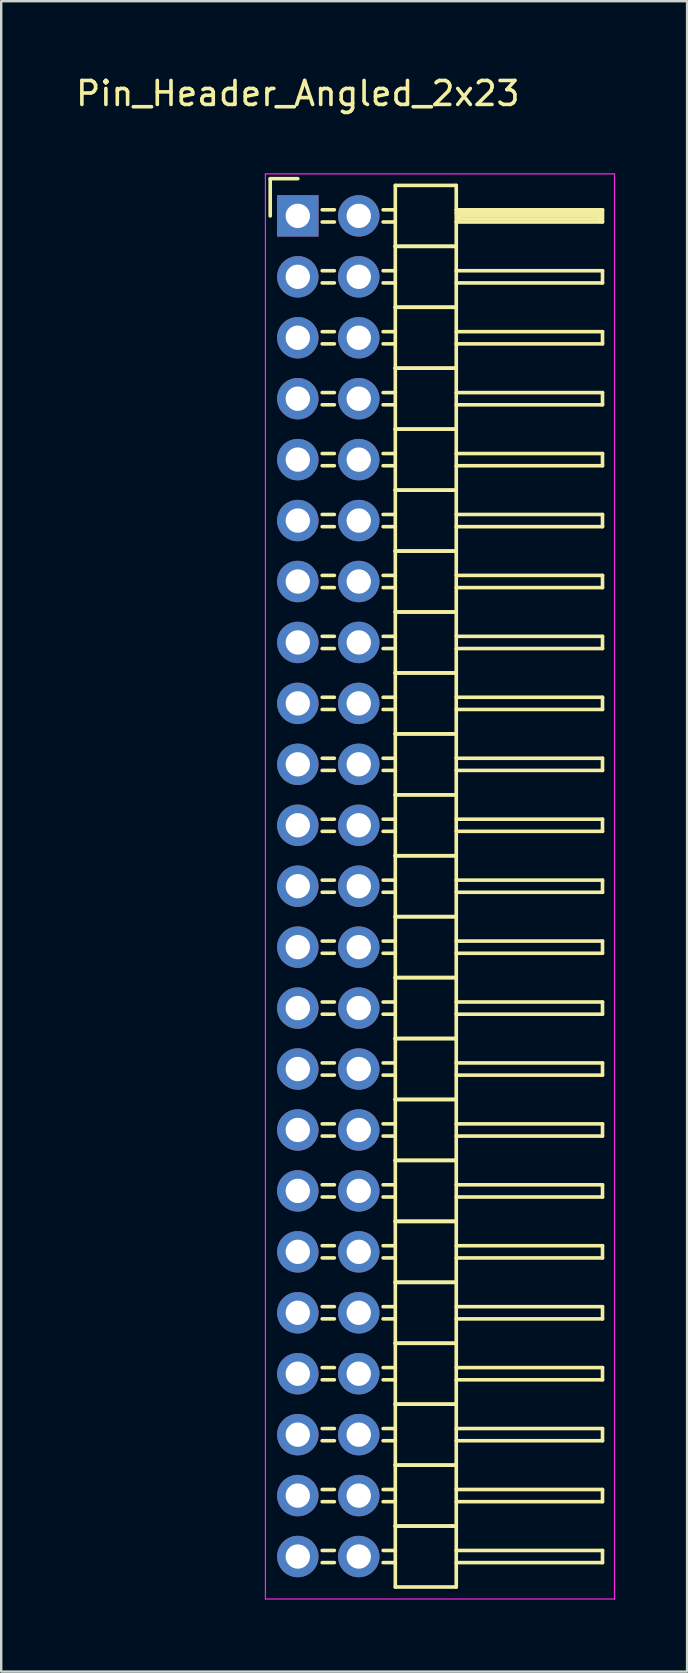
<source format=kicad_pcb>
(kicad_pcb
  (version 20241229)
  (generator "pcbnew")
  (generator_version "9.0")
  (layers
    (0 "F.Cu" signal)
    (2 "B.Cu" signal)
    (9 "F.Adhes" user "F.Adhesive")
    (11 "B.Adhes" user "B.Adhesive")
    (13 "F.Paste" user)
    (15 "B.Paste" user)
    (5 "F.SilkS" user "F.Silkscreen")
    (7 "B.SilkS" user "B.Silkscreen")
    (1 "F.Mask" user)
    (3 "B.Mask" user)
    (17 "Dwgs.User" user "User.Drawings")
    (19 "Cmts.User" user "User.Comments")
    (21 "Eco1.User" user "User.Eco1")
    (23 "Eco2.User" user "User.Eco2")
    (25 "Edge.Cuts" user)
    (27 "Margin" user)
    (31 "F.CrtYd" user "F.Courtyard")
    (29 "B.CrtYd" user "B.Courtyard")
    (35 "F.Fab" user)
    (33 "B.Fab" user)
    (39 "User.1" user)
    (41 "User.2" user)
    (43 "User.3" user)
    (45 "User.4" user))
  (footprint "Pin_Header_Angled_2x23"
    (layer "F.Cu")
    (at 9.363 5.948)
    (property "Reference" "Pin_Header_Angled_2x23" (at 0 -5.1 0) (layer "F.SilkS") (effects (font (size 1 1) (thickness 0.15))))
    (attr through_hole)
    (fp_line (start -1.15 -1.55) (end -1.15 0) (stroke (width 0.15) (type solid)) (layer "F.SilkS"))
    (fp_line (start 0 -1.55) (end -1.15 -1.55) (stroke (width 0.15) (type solid)) (layer "F.SilkS"))
    (fp_line (start 1.524 -0.254) (end 1.016 -0.254) (stroke (width 0.15) (type solid)) (layer "F.SilkS"))
    (fp_line (start 1.524 0.254) (end 1.016 0.254) (stroke (width 0.15) (type solid)) (layer "F.SilkS"))
    (fp_line (start 1.524 2.286) (end 1.016 2.286) (stroke (width 0.15) (type solid)) (layer "F.SilkS"))
    (fp_line (start 1.524 2.794) (end 1.016 2.794) (stroke (width 0.15) (type solid)) (layer "F.SilkS"))
    (fp_line (start 1.524 4.826) (end 1.016 4.826) (stroke (width 0.15) (type solid)) (layer "F.SilkS"))
    (fp_line (start 1.524 5.334) (end 1.016 5.334) (stroke (width 0.15) (type solid)) (layer "F.SilkS"))
    (fp_line (start 1.524 7.366) (end 1.016 7.366) (stroke (width 0.15) (type solid)) (layer "F.SilkS"))
    (fp_line (start 1.524 7.874) (end 1.016 7.874) (stroke (width 0.15) (type solid)) (layer "F.SilkS"))
    (fp_line (start 1.524 9.906) (end 1.016 9.906) (stroke (width 0.15) (type solid)) (layer "F.SilkS"))
    (fp_line (start 1.524 10.414) (end 1.016 10.414) (stroke (width 0.15) (type solid)) (layer "F.SilkS"))
    (fp_line (start 1.524 12.446) (end 1.016 12.446) (stroke (width 0.15) (type solid)) (layer "F.SilkS"))
    (fp_line (start 1.524 12.954) (end 1.016 12.954) (stroke (width 0.15) (type solid)) (layer "F.SilkS"))
    (fp_line (start 1.524 14.986) (end 1.016 14.986) (stroke (width 0.15) (type solid)) (layer "F.SilkS"))
    (fp_line (start 1.524 15.494) (end 1.016 15.494) (stroke (width 0.15) (type solid)) (layer "F.SilkS"))
    (fp_line (start 1.524 17.526) (end 1.016 17.526) (stroke (width 0.15) (type solid)) (layer "F.SilkS"))
    (fp_line (start 1.524 18.034) (end 1.016 18.034) (stroke (width 0.15) (type solid)) (layer "F.SilkS"))
    (fp_line (start 1.524 20.066) (end 1.016 20.066) (stroke (width 0.15) (type solid)) (layer "F.SilkS"))
    (fp_line (start 1.524 20.574) (end 1.016 20.574) (stroke (width 0.15) (type solid)) (layer "F.SilkS"))
    (fp_line (start 1.524 22.606) (end 1.016 22.606) (stroke (width 0.15) (type solid)) (layer "F.SilkS"))
    (fp_line (start 1.524 23.114) (end 1.016 23.114) (stroke (width 0.15) (type solid)) (layer "F.SilkS"))
    (fp_line (start 1.524 25.146) (end 1.016 25.146) (stroke (width 0.15) (type solid)) (layer "F.SilkS"))
    (fp_line (start 1.524 25.654) (end 1.016 25.654) (stroke (width 0.15) (type solid)) (layer "F.SilkS"))
    (fp_line (start 1.524 27.686) (end 1.016 27.686) (stroke (width 0.15) (type solid)) (layer "F.SilkS"))
    (fp_line (start 1.524 28.194) (end 1.016 28.194) (stroke (width 0.15) (type solid)) (layer "F.SilkS"))
    (fp_line (start 1.524 30.226) (end 1.016 30.226) (stroke (width 0.15) (type solid)) (layer "F.SilkS"))
    (fp_line (start 1.524 30.734) (end 1.016 30.734) (stroke (width 0.15) (type solid)) (layer "F.SilkS"))
    (fp_line (start 1.524 32.766) (end 1.016 32.766) (stroke (width 0.15) (type solid)) (layer "F.SilkS"))
    (fp_line (start 1.524 33.274) (end 1.016 33.274) (stroke (width 0.15) (type solid)) (layer "F.SilkS"))
    (fp_line (start 1.524 35.306) (end 1.016 35.306) (stroke (width 0.15) (type solid)) (layer "F.SilkS"))
    (fp_line (start 1.524 35.814) (end 1.016 35.814) (stroke (width 0.15) (type solid)) (layer "F.SilkS"))
    (fp_line (start 1.524 37.846) (end 1.016 37.846) (stroke (width 0.15) (type solid)) (layer "F.SilkS"))
    (fp_line (start 1.524 38.354) (end 1.016 38.354) (stroke (width 0.15) (type solid)) (layer "F.SilkS"))
    (fp_line (start 1.524 40.386) (end 1.016 40.386) (stroke (width 0.15) (type solid)) (layer "F.SilkS"))
    (fp_line (start 1.524 40.894) (end 1.016 40.894) (stroke (width 0.15) (type solid)) (layer "F.SilkS"))
    (fp_line (start 1.524 42.926) (end 1.016 42.926) (stroke (width 0.15) (type solid)) (layer "F.SilkS"))
    (fp_line (start 1.524 43.434) (end 1.016 43.434) (stroke (width 0.15) (type solid)) (layer "F.SilkS"))
    (fp_line (start 1.524 45.466) (end 1.016 45.466) (stroke (width 0.15) (type solid)) (layer "F.SilkS"))
    (fp_line (start 1.524 45.974) (end 1.016 45.974) (stroke (width 0.15) (type solid)) (layer "F.SilkS"))
    (fp_line (start 1.524 48.006) (end 1.016 48.006) (stroke (width 0.15) (type solid)) (layer "F.SilkS"))
    (fp_line (start 1.524 48.514) (end 1.016 48.514) (stroke (width 0.15) (type solid)) (layer "F.SilkS"))
    (fp_line (start 1.524 50.546) (end 1.016 50.546) (stroke (width 0.15) (type solid)) (layer "F.SilkS"))
    (fp_line (start 1.524 51.054) (end 1.016 51.054) (stroke (width 0.15) (type solid)) (layer "F.SilkS"))
    (fp_line (start 1.524 53.086) (end 1.016 53.086) (stroke (width 0.15) (type solid)) (layer "F.SilkS"))
    (fp_line (start 1.524 53.594) (end 1.016 53.594) (stroke (width 0.15) (type solid)) (layer "F.SilkS"))
    (fp_line (start 1.524 55.626) (end 1.016 55.626) (stroke (width 0.15) (type solid)) (layer "F.SilkS"))
    (fp_line (start 1.524 56.134) (end 1.016 56.134) (stroke (width 0.15) (type solid)) (layer "F.SilkS"))
    (fp_line (start 4.064 -1.27) (end 4.064 1.27) (stroke (width 0.15) (type solid)) (layer "F.SilkS"))
    (fp_line (start 4.064 -1.27) (end 6.604 -1.27) (stroke (width 0.15) (type solid)) (layer "F.SilkS"))
    (fp_line (start 4.064 -0.254) (end 3.556 -0.254) (stroke (width 0.15) (type solid)) (layer "F.SilkS"))
    (fp_line (start 4.064 0.254) (end 3.556 0.254) (stroke (width 0.15) (type solid)) (layer "F.SilkS"))
    (fp_line (start 4.064 1.27) (end 4.064 3.81) (stroke (width 0.15) (type solid)) (layer "F.SilkS"))
    (fp_line (start 4.064 1.27) (end 6.604 1.27) (stroke (width 0.15) (type solid)) (layer "F.SilkS"))
    (fp_line (start 4.064 1.27) (end 6.604 1.27) (stroke (width 0.15) (type solid)) (layer "F.SilkS"))
    (fp_line (start 4.064 2.286) (end 3.556 2.286) (stroke (width 0.15) (type solid)) (layer "F.SilkS"))
    (fp_line (start 4.064 2.794) (end 3.556 2.794) (stroke (width 0.15) (type solid)) (layer "F.SilkS"))
    (fp_line (start 4.064 3.81) (end 4.064 6.35) (stroke (width 0.15) (type solid)) (layer "F.SilkS"))
    (fp_line (start 4.064 3.81) (end 6.604 3.81) (stroke (width 0.15) (type solid)) (layer "F.SilkS"))
    (fp_line (start 4.064 3.81) (end 6.604 3.81) (stroke (width 0.15) (type solid)) (layer "F.SilkS"))
    (fp_line (start 4.064 4.826) (end 3.556 4.826) (stroke (width 0.15) (type solid)) (layer "F.SilkS"))
    (fp_line (start 4.064 5.334) (end 3.556 5.334) (stroke (width 0.15) (type solid)) (layer "F.SilkS"))
    (fp_line (start 4.064 6.35) (end 4.064 8.89) (stroke (width 0.15) (type solid)) (layer "F.SilkS"))
    (fp_line (start 4.064 6.35) (end 6.604 6.35) (stroke (width 0.15) (type solid)) (layer "F.SilkS"))
    (fp_line (start 4.064 6.35) (end 6.604 6.35) (stroke (width 0.15) (type solid)) (layer "F.SilkS"))
    (fp_line (start 4.064 7.366) (end 3.556 7.366) (stroke (width 0.15) (type solid)) (layer "F.SilkS"))
    (fp_line (start 4.064 7.874) (end 3.556 7.874) (stroke (width 0.15) (type solid)) (layer "F.SilkS"))
    (fp_line (start 4.064 8.89) (end 4.064 11.43) (stroke (width 0.15) (type solid)) (layer "F.SilkS"))
    (fp_line (start 4.064 8.89) (end 6.604 8.89) (stroke (width 0.15) (type solid)) (layer "F.SilkS"))
    (fp_line (start 4.064 8.89) (end 6.604 8.89) (stroke (width 0.15) (type solid)) (layer "F.SilkS"))
    (fp_line (start 4.064 9.906) (end 3.556 9.906) (stroke (width 0.15) (type solid)) (layer "F.SilkS"))
    (fp_line (start 4.064 10.414) (end 3.556 10.414) (stroke (width 0.15) (type solid)) (layer "F.SilkS"))
    (fp_line (start 4.064 11.43) (end 4.064 13.97) (stroke (width 0.15) (type solid)) (layer "F.SilkS"))
    (fp_line (start 4.064 11.43) (end 6.604 11.43) (stroke (width 0.15) (type solid)) (layer "F.SilkS"))
    (fp_line (start 4.064 11.43) (end 6.604 11.43) (stroke (width 0.15) (type solid)) (layer "F.SilkS"))
    (fp_line (start 4.064 12.446) (end 3.556 12.446) (stroke (width 0.15) (type solid)) (layer "F.SilkS"))
    (fp_line (start 4.064 12.954) (end 3.556 12.954) (stroke (width 0.15) (type solid)) (layer "F.SilkS"))
    (fp_line (start 4.064 13.97) (end 4.064 16.51) (stroke (width 0.15) (type solid)) (layer "F.SilkS"))
    (fp_line (start 4.064 13.97) (end 6.604 13.97) (stroke (width 0.15) (type solid)) (layer "F.SilkS"))
    (fp_line (start 4.064 13.97) (end 6.604 13.97) (stroke (width 0.15) (type solid)) (layer "F.SilkS"))
    (fp_line (start 4.064 14.986) (end 3.556 14.986) (stroke (width 0.15) (type solid)) (layer "F.SilkS"))
    (fp_line (start 4.064 15.494) (end 3.556 15.494) (stroke (width 0.15) (type solid)) (layer "F.SilkS"))
    (fp_line (start 4.064 16.51) (end 4.064 19.05) (stroke (width 0.15) (type solid)) (layer "F.SilkS"))
    (fp_line (start 4.064 16.51) (end 6.604 16.51) (stroke (width 0.15) (type solid)) (layer "F.SilkS"))
    (fp_line (start 4.064 16.51) (end 6.604 16.51) (stroke (width 0.15) (type solid)) (layer "F.SilkS"))
    (fp_line (start 4.064 17.526) (end 3.556 17.526) (stroke (width 0.15) (type solid)) (layer "F.SilkS"))
    (fp_line (start 4.064 18.034) (end 3.556 18.034) (stroke (width 0.15) (type solid)) (layer "F.SilkS"))
    (fp_line (start 4.064 19.05) (end 4.064 21.59) (stroke (width 0.15) (type solid)) (layer "F.SilkS"))
    (fp_line (start 4.064 19.05) (end 6.604 19.05) (stroke (width 0.15) (type solid)) (layer "F.SilkS"))
    (fp_line (start 4.064 19.05) (end 6.604 19.05) (stroke (width 0.15) (type solid)) (layer "F.SilkS"))
    (fp_line (start 4.064 20.066) (end 3.556 20.066) (stroke (width 0.15) (type solid)) (layer "F.SilkS"))
    (fp_line (start 4.064 20.574) (end 3.556 20.574) (stroke (width 0.15) (type solid)) (layer "F.SilkS"))
    (fp_line (start 4.064 21.59) (end 4.064 24.13) (stroke (width 0.15) (type solid)) (layer "F.SilkS"))
    (fp_line (start 4.064 21.59) (end 6.604 21.59) (stroke (width 0.15) (type solid)) (layer "F.SilkS"))
    (fp_line (start 4.064 21.59) (end 6.604 21.59) (stroke (width 0.15) (type solid)) (layer "F.SilkS"))
    (fp_line (start 4.064 22.606) (end 3.556 22.606) (stroke (width 0.15) (type solid)) (layer "F.SilkS"))
    (fp_line (start 4.064 23.114) (end 3.556 23.114) (stroke (width 0.15) (type solid)) (layer "F.SilkS"))
    (fp_line (start 4.064 24.13) (end 4.064 26.67) (stroke (width 0.15) (type solid)) (layer "F.SilkS"))
    (fp_line (start 4.064 24.13) (end 6.604 24.13) (stroke (width 0.15) (type solid)) (layer "F.SilkS"))
    (fp_line (start 4.064 24.13) (end 6.604 24.13) (stroke (width 0.15) (type solid)) (layer "F.SilkS"))
    (fp_line (start 4.064 25.146) (end 3.556 25.146) (stroke (width 0.15) (type solid)) (layer "F.SilkS"))
    (fp_line (start 4.064 25.654) (end 3.556 25.654) (stroke (width 0.15) (type solid)) (layer "F.SilkS"))
    (fp_line (start 4.064 26.67) (end 4.064 29.21) (stroke (width 0.15) (type solid)) (layer "F.SilkS"))
    (fp_line (start 4.064 26.67) (end 6.604 26.67) (stroke (width 0.15) (type solid)) (layer "F.SilkS"))
    (fp_line (start 4.064 26.67) (end 6.604 26.67) (stroke (width 0.15) (type solid)) (layer "F.SilkS"))
    (fp_line (start 4.064 27.686) (end 3.556 27.686) (stroke (width 0.15) (type solid)) (layer "F.SilkS"))
    (fp_line (start 4.064 28.194) (end 3.556 28.194) (stroke (width 0.15) (type solid)) (layer "F.SilkS"))
    (fp_line (start 4.064 29.21) (end 4.064 31.75) (stroke (width 0.15) (type solid)) (layer "F.SilkS"))
    (fp_line (start 4.064 29.21) (end 6.604 29.21) (stroke (width 0.15) (type solid)) (layer "F.SilkS"))
    (fp_line (start 4.064 29.21) (end 6.604 29.21) (stroke (width 0.15) (type solid)) (layer "F.SilkS"))
    (fp_line (start 4.064 30.226) (end 3.556 30.226) (stroke (width 0.15) (type solid)) (layer "F.SilkS"))
    (fp_line (start 4.064 30.734) (end 3.556 30.734) (stroke (width 0.15) (type solid)) (layer "F.SilkS"))
    (fp_line (start 4.064 31.75) (end 4.064 34.29) (stroke (width 0.15) (type solid)) (layer "F.SilkS"))
    (fp_line (start 4.064 31.75) (end 6.604 31.75) (stroke (width 0.15) (type solid)) (layer "F.SilkS"))
    (fp_line (start 4.064 31.75) (end 6.604 31.75) (stroke (width 0.15) (type solid)) (layer "F.SilkS"))
    (fp_line (start 4.064 32.766) (end 3.556 32.766) (stroke (width 0.15) (type solid)) (layer "F.SilkS"))
    (fp_line (start 4.064 33.274) (end 3.556 33.274) (stroke (width 0.15) (type solid)) (layer "F.SilkS"))
    (fp_line (start 4.064 34.29) (end 4.064 36.83) (stroke (width 0.15) (type solid)) (layer "F.SilkS"))
    (fp_line (start 4.064 34.29) (end 6.604 34.29) (stroke (width 0.15) (type solid)) (layer "F.SilkS"))
    (fp_line (start 4.064 34.29) (end 6.604 34.29) (stroke (width 0.15) (type solid)) (layer "F.SilkS"))
    (fp_line (start 4.064 35.306) (end 3.556 35.306) (stroke (width 0.15) (type solid)) (layer "F.SilkS"))
    (fp_line (start 4.064 35.814) (end 3.556 35.814) (stroke (width 0.15) (type solid)) (layer "F.SilkS"))
    (fp_line (start 4.064 36.83) (end 4.064 39.37) (stroke (width 0.15) (type solid)) (layer "F.SilkS"))
    (fp_line (start 4.064 36.83) (end 6.604 36.83) (stroke (width 0.15) (type solid)) (layer "F.SilkS"))
    (fp_line (start 4.064 36.83) (end 6.604 36.83) (stroke (width 0.15) (type solid)) (layer "F.SilkS"))
    (fp_line (start 4.064 37.846) (end 3.556 37.846) (stroke (width 0.15) (type solid)) (layer "F.SilkS"))
    (fp_line (start 4.064 38.354) (end 3.556 38.354) (stroke (width 0.15) (type solid)) (layer "F.SilkS"))
    (fp_line (start 4.064 39.37) (end 4.064 41.91) (stroke (width 0.15) (type solid)) (layer "F.SilkS"))
    (fp_line (start 4.064 39.37) (end 6.604 39.37) (stroke (width 0.15) (type solid)) (layer "F.SilkS"))
    (fp_line (start 4.064 39.37) (end 6.604 39.37) (stroke (width 0.15) (type solid)) (layer "F.SilkS"))
    (fp_line (start 4.064 40.386) (end 3.556 40.386) (stroke (width 0.15) (type solid)) (layer "F.SilkS"))
    (fp_line (start 4.064 40.894) (end 3.556 40.894) (stroke (width 0.15) (type solid)) (layer "F.SilkS"))
    (fp_line (start 4.064 41.91) (end 4.064 44.45) (stroke (width 0.15) (type solid)) (layer "F.SilkS"))
    (fp_line (start 4.064 41.91) (end 6.604 41.91) (stroke (width 0.15) (type solid)) (layer "F.SilkS"))
    (fp_line (start 4.064 41.91) (end 6.604 41.91) (stroke (width 0.15) (type solid)) (layer "F.SilkS"))
    (fp_line (start 4.064 42.926) (end 3.556 42.926) (stroke (width 0.15) (type solid)) (layer "F.SilkS"))
    (fp_line (start 4.064 43.434) (end 3.556 43.434) (stroke (width 0.15) (type solid)) (layer "F.SilkS"))
    (fp_line (start 4.064 44.45) (end 4.064 46.99) (stroke (width 0.15) (type solid)) (layer "F.SilkS"))
    (fp_line (start 4.064 44.45) (end 6.604 44.45) (stroke (width 0.15) (type solid)) (layer "F.SilkS"))
    (fp_line (start 4.064 44.45) (end 6.604 44.45) (stroke (width 0.15) (type solid)) (layer "F.SilkS"))
    (fp_line (start 4.064 45.466) (end 3.556 45.466) (stroke (width 0.15) (type solid)) (layer "F.SilkS"))
    (fp_line (start 4.064 45.974) (end 3.556 45.974) (stroke (width 0.15) (type solid)) (layer "F.SilkS"))
    (fp_line (start 4.064 46.99) (end 4.064 49.53) (stroke (width 0.15) (type solid)) (layer "F.SilkS"))
    (fp_line (start 4.064 46.99) (end 6.604 46.99) (stroke (width 0.15) (type solid)) (layer "F.SilkS"))
    (fp_line (start 4.064 46.99) (end 6.604 46.99) (stroke (width 0.15) (type solid)) (layer "F.SilkS"))
    (fp_line (start 4.064 48.006) (end 3.556 48.006) (stroke (width 0.15) (type solid)) (layer "F.SilkS"))
    (fp_line (start 4.064 48.514) (end 3.556 48.514) (stroke (width 0.15) (type solid)) (layer "F.SilkS"))
    (fp_line (start 4.064 49.53) (end 4.064 52.07) (stroke (width 0.15) (type solid)) (layer "F.SilkS"))
    (fp_line (start 4.064 49.53) (end 6.604 49.53) (stroke (width 0.15) (type solid)) (layer "F.SilkS"))
    (fp_line (start 4.064 49.53) (end 6.604 49.53) (stroke (width 0.15) (type solid)) (layer "F.SilkS"))
    (fp_line (start 4.064 50.546) (end 3.556 50.546) (stroke (width 0.15) (type solid)) (layer "F.SilkS"))
    (fp_line (start 4.064 51.054) (end 3.556 51.054) (stroke (width 0.15) (type solid)) (layer "F.SilkS"))
    (fp_line (start 4.064 52.07) (end 4.064 54.61) (stroke (width 0.15) (type solid)) (layer "F.SilkS"))
    (fp_line (start 4.064 52.07) (end 6.604 52.07) (stroke (width 0.15) (type solid)) (layer "F.SilkS"))
    (fp_line (start 4.064 52.07) (end 6.604 52.07) (stroke (width 0.15) (type solid)) (layer "F.SilkS"))
    (fp_line (start 4.064 53.086) (end 3.556 53.086) (stroke (width 0.15) (type solid)) (layer "F.SilkS"))
    (fp_line (start 4.064 53.594) (end 3.556 53.594) (stroke (width 0.15) (type solid)) (layer "F.SilkS"))
    (fp_line (start 4.064 54.61) (end 4.064 57.15) (stroke (width 0.15) (type solid)) (layer "F.SilkS"))
    (fp_line (start 4.064 54.61) (end 6.604 54.61) (stroke (width 0.15) (type solid)) (layer "F.SilkS"))
    (fp_line (start 4.064 54.61) (end 6.604 54.61) (stroke (width 0.15) (type solid)) (layer "F.SilkS"))
    (fp_line (start 4.064 55.626) (end 3.556 55.626) (stroke (width 0.15) (type solid)) (layer "F.SilkS"))
    (fp_line (start 4.064 56.134) (end 3.556 56.134) (stroke (width 0.15) (type solid)) (layer "F.SilkS"))
    (fp_line (start 4.064 57.15) (end 6.604 57.15) (stroke (width 0.15) (type solid)) (layer "F.SilkS"))
    (fp_line (start 6.604 -0.254) (end 12.7 -0.254) (stroke (width 0.15) (type solid)) (layer "F.SilkS"))
    (fp_line (start 6.604 -0.127) (end 12.573 -0.127) (stroke (width 0.15) (type solid)) (layer "F.SilkS"))
    (fp_line (start 6.604 1.27) (end 6.604 -1.27) (stroke (width 0.15) (type solid)) (layer "F.SilkS"))
    (fp_line (start 6.604 2.286) (end 12.7 2.286) (stroke (width 0.15) (type solid)) (layer "F.SilkS"))
    (fp_line (start 6.604 3.81) (end 6.604 1.27) (stroke (width 0.15) (type solid)) (layer "F.SilkS"))
    (fp_line (start 6.604 4.826) (end 12.7 4.826) (stroke (width 0.15) (type solid)) (layer "F.SilkS"))
    (fp_line (start 6.604 6.35) (end 6.604 3.81) (stroke (width 0.15) (type solid)) (layer "F.SilkS"))
    (fp_line (start 6.604 7.366) (end 12.7 7.366) (stroke (width 0.15) (type solid)) (layer "F.SilkS"))
    (fp_line (start 6.604 8.89) (end 6.604 6.35) (stroke (width 0.15) (type solid)) (layer "F.SilkS"))
    (fp_line (start 6.604 9.906) (end 12.7 9.906) (stroke (width 0.15) (type solid)) (layer "F.SilkS"))
    (fp_line (start 6.604 11.43) (end 6.604 8.89) (stroke (width 0.15) (type solid)) (layer "F.SilkS"))
    (fp_line (start 6.604 12.446) (end 12.7 12.446) (stroke (width 0.15) (type solid)) (layer "F.SilkS"))
    (fp_line (start 6.604 13.97) (end 6.604 11.43) (stroke (width 0.15) (type solid)) (layer "F.SilkS"))
    (fp_line (start 6.604 14.986) (end 12.7 14.986) (stroke (width 0.15) (type solid)) (layer "F.SilkS"))
    (fp_line (start 6.604 16.51) (end 6.604 13.97) (stroke (width 0.15) (type solid)) (layer "F.SilkS"))
    (fp_line (start 6.604 17.526) (end 12.7 17.526) (stroke (width 0.15) (type solid)) (layer "F.SilkS"))
    (fp_line (start 6.604 19.05) (end 6.604 16.51) (stroke (width 0.15) (type solid)) (layer "F.SilkS"))
    (fp_line (start 6.604 20.066) (end 12.7 20.066) (stroke (width 0.15) (type solid)) (layer "F.SilkS"))
    (fp_line (start 6.604 21.59) (end 6.604 19.05) (stroke (width 0.15) (type solid)) (layer "F.SilkS"))
    (fp_line (start 6.604 22.606) (end 12.7 22.606) (stroke (width 0.15) (type solid)) (layer "F.SilkS"))
    (fp_line (start 6.604 24.13) (end 6.604 21.59) (stroke (width 0.15) (type solid)) (layer "F.SilkS"))
    (fp_line (start 6.604 25.146) (end 12.7 25.146) (stroke (width 0.15) (type solid)) (layer "F.SilkS"))
    (fp_line (start 6.604 26.67) (end 6.604 24.13) (stroke (width 0.15) (type solid)) (layer "F.SilkS"))
    (fp_line (start 6.604 27.686) (end 12.7 27.686) (stroke (width 0.15) (type solid)) (layer "F.SilkS"))
    (fp_line (start 6.604 29.21) (end 6.604 26.67) (stroke (width 0.15) (type solid)) (layer "F.SilkS"))
    (fp_line (start 6.604 30.226) (end 12.7 30.226) (stroke (width 0.15) (type solid)) (layer "F.SilkS"))
    (fp_line (start 6.604 31.75) (end 6.604 29.21) (stroke (width 0.15) (type solid)) (layer "F.SilkS"))
    (fp_line (start 6.604 32.766) (end 12.7 32.766) (stroke (width 0.15) (type solid)) (layer "F.SilkS"))
    (fp_line (start 6.604 34.29) (end 6.604 31.75) (stroke (width 0.15) (type solid)) (layer "F.SilkS"))
    (fp_line (start 6.604 35.306) (end 12.7 35.306) (stroke (width 0.15) (type solid)) (layer "F.SilkS"))
    (fp_line (start 6.604 36.83) (end 6.604 34.29) (stroke (width 0.15) (type solid)) (layer "F.SilkS"))
    (fp_line (start 6.604 37.846) (end 12.7 37.846) (stroke (width 0.15) (type solid)) (layer "F.SilkS"))
    (fp_line (start 6.604 39.37) (end 6.604 36.83) (stroke (width 0.15) (type solid)) (layer "F.SilkS"))
    (fp_line (start 6.604 40.386) (end 12.7 40.386) (stroke (width 0.15) (type solid)) (layer "F.SilkS"))
    (fp_line (start 6.604 41.91) (end 6.604 39.37) (stroke (width 0.15) (type solid)) (layer "F.SilkS"))
    (fp_line (start 6.604 42.926) (end 12.7 42.926) (stroke (width 0.15) (type solid)) (layer "F.SilkS"))
    (fp_line (start 6.604 44.45) (end 6.604 41.91) (stroke (width 0.15) (type solid)) (layer "F.SilkS"))
    (fp_line (start 6.604 45.466) (end 12.7 45.466) (stroke (width 0.15) (type solid)) (layer "F.SilkS"))
    (fp_line (start 6.604 46.99) (end 6.604 44.45) (stroke (width 0.15) (type solid)) (layer "F.SilkS"))
    (fp_line (start 6.604 48.006) (end 12.7 48.006) (stroke (width 0.15) (type solid)) (layer "F.SilkS"))
    (fp_line (start 6.604 49.53) (end 6.604 46.99) (stroke (width 0.15) (type solid)) (layer "F.SilkS"))
    (fp_line (start 6.604 50.546) (end 12.7 50.546) (stroke (width 0.15) (type solid)) (layer "F.SilkS"))
    (fp_line (start 6.604 52.07) (end 6.604 49.53) (stroke (width 0.15) (type solid)) (layer "F.SilkS"))
    (fp_line (start 6.604 53.086) (end 12.7 53.086) (stroke (width 0.15) (type solid)) (layer "F.SilkS"))
    (fp_line (start 6.604 54.61) (end 6.604 52.07) (stroke (width 0.15) (type solid)) (layer "F.SilkS"))
    (fp_line (start 6.604 55.626) (end 12.7 55.626) (stroke (width 0.15) (type solid)) (layer "F.SilkS"))
    (fp_line (start 6.604 57.15) (end 6.604 54.61) (stroke (width 0.15) (type solid)) (layer "F.SilkS"))
    (fp_line (start 6.731 0) (end 12.573 0) (stroke (width 0.15) (type solid)) (layer "F.SilkS"))
    (fp_line (start 6.731 0.127) (end 6.731 0) (stroke (width 0.15) (type solid)) (layer "F.SilkS"))
    (fp_line (start 12.573 -0.127) (end 12.573 0.127) (stroke (width 0.15) (type solid)) (layer "F.SilkS"))
    (fp_line (start 12.573 0.127) (end 6.731 0.127) (stroke (width 0.15) (type solid)) (layer "F.SilkS"))
    (fp_line (start 12.7 -0.254) (end 12.7 0.254) (stroke (width 0.15) (type solid)) (layer "F.SilkS"))
    (fp_line (start 12.7 0.254) (end 6.604 0.254) (stroke (width 0.15) (type solid)) (layer "F.SilkS"))
    (fp_line (start 12.7 2.286) (end 12.7 2.794) (stroke (width 0.15) (type solid)) (layer "F.SilkS"))
    (fp_line (start 12.7 2.794) (end 6.604 2.794) (stroke (width 0.15) (type solid)) (layer "F.SilkS"))
    (fp_line (start 12.7 4.826) (end 12.7 5.334) (stroke (width 0.15) (type solid)) (layer "F.SilkS"))
    (fp_line (start 12.7 5.334) (end 6.604 5.334) (stroke (width 0.15) (type solid)) (layer "F.SilkS"))
    (fp_line (start 12.7 7.366) (end 12.7 7.874) (stroke (width 0.15) (type solid)) (layer "F.SilkS"))
    (fp_line (start 12.7 7.874) (end 6.604 7.874) (stroke (width 0.15) (type solid)) (layer "F.SilkS"))
    (fp_line (start 12.7 9.906) (end 12.7 10.414) (stroke (width 0.15) (type solid)) (layer "F.SilkS"))
    (fp_line (start 12.7 10.414) (end 6.604 10.414) (stroke (width 0.15) (type solid)) (layer "F.SilkS"))
    (fp_line (start 12.7 12.446) (end 12.7 12.954) (stroke (width 0.15) (type solid)) (layer "F.SilkS"))
    (fp_line (start 12.7 12.954) (end 6.604 12.954) (stroke (width 0.15) (type solid)) (layer "F.SilkS"))
    (fp_line (start 12.7 14.986) (end 12.7 15.494) (stroke (width 0.15) (type solid)) (layer "F.SilkS"))
    (fp_line (start 12.7 15.494) (end 6.604 15.494) (stroke (width 0.15) (type solid)) (layer "F.SilkS"))
    (fp_line (start 12.7 17.526) (end 12.7 18.034) (stroke (width 0.15) (type solid)) (layer "F.SilkS"))
    (fp_line (start 12.7 18.034) (end 6.604 18.034) (stroke (width 0.15) (type solid)) (layer "F.SilkS"))
    (fp_line (start 12.7 20.066) (end 12.7 20.574) (stroke (width 0.15) (type solid)) (layer "F.SilkS"))
    (fp_line (start 12.7 20.574) (end 6.604 20.574) (stroke (width 0.15) (type solid)) (layer "F.SilkS"))
    (fp_line (start 12.7 22.606) (end 12.7 23.114) (stroke (width 0.15) (type solid)) (layer "F.SilkS"))
    (fp_line (start 12.7 23.114) (end 6.604 23.114) (stroke (width 0.15) (type solid)) (layer "F.SilkS"))
    (fp_line (start 12.7 25.146) (end 12.7 25.654) (stroke (width 0.15) (type solid)) (layer "F.SilkS"))
    (fp_line (start 12.7 25.654) (end 6.604 25.654) (stroke (width 0.15) (type solid)) (layer "F.SilkS"))
    (fp_line (start 12.7 27.686) (end 12.7 28.194) (stroke (width 0.15) (type solid)) (layer "F.SilkS"))
    (fp_line (start 12.7 28.194) (end 6.604 28.194) (stroke (width 0.15) (type solid)) (layer "F.SilkS"))
    (fp_line (start 12.7 30.226) (end 12.7 30.734) (stroke (width 0.15) (type solid)) (layer "F.SilkS"))
    (fp_line (start 12.7 30.734) (end 6.604 30.734) (stroke (width 0.15) (type solid)) (layer "F.SilkS"))
    (fp_line (start 12.7 32.766) (end 12.7 33.274) (stroke (width 0.15) (type solid)) (layer "F.SilkS"))
    (fp_line (start 12.7 33.274) (end 6.604 33.274) (stroke (width 0.15) (type solid)) (layer "F.SilkS"))
    (fp_line (start 12.7 35.306) (end 12.7 35.814) (stroke (width 0.15) (type solid)) (layer "F.SilkS"))
    (fp_line (start 12.7 35.814) (end 6.604 35.814) (stroke (width 0.15) (type solid)) (layer "F.SilkS"))
    (fp_line (start 12.7 37.846) (end 12.7 38.354) (stroke (width 0.15) (type solid)) (layer "F.SilkS"))
    (fp_line (start 12.7 38.354) (end 6.604 38.354) (stroke (width 0.15) (type solid)) (layer "F.SilkS"))
    (fp_line (start 12.7 40.386) (end 12.7 40.894) (stroke (width 0.15) (type solid)) (layer "F.SilkS"))
    (fp_line (start 12.7 40.894) (end 6.604 40.894) (stroke (width 0.15) (type solid)) (layer "F.SilkS"))
    (fp_line (start 12.7 42.926) (end 12.7 43.434) (stroke (width 0.15) (type solid)) (layer "F.SilkS"))
    (fp_line (start 12.7 43.434) (end 6.604 43.434) (stroke (width 0.15) (type solid)) (layer "F.SilkS"))
    (fp_line (start 12.7 45.466) (end 12.7 45.974) (stroke (width 0.15) (type solid)) (layer "F.SilkS"))
    (fp_line (start 12.7 45.974) (end 6.604 45.974) (stroke (width 0.15) (type solid)) (layer "F.SilkS"))
    (fp_line (start 12.7 48.006) (end 12.7 48.514) (stroke (width 0.15) (type solid)) (layer "F.SilkS"))
    (fp_line (start 12.7 48.514) (end 6.604 48.514) (stroke (width 0.15) (type solid)) (layer "F.SilkS"))
    (fp_line (start 12.7 50.546) (end 12.7 51.054) (stroke (width 0.15) (type solid)) (layer "F.SilkS"))
    (fp_line (start 12.7 51.054) (end 6.604 51.054) (stroke (width 0.15) (type solid)) (layer "F.SilkS"))
    (fp_line (start 12.7 53.086) (end 12.7 53.594) (stroke (width 0.15) (type solid)) (layer "F.SilkS"))
    (fp_line (start 12.7 53.594) (end 6.604 53.594) (stroke (width 0.15) (type solid)) (layer "F.SilkS"))
    (fp_line (start 12.7 55.626) (end 12.7 56.134) (stroke (width 0.15) (type solid)) (layer "F.SilkS"))
    (fp_line (start 12.7 56.134) (end 6.604 56.134) (stroke (width 0.15) (type solid)) (layer "F.SilkS"))
    (fp_line (start -1.35 -1.75) (end -1.35 57.65) (stroke (width 0.05) (type solid)) (layer "F.CrtYd"))
    (fp_line (start -1.35 -1.75) (end 13.2 -1.75) (stroke (width 0.05) (type solid)) (layer "F.CrtYd"))
    (fp_line (start -1.35 57.65) (end 13.2 57.65) (stroke (width 0.05) (type solid)) (layer "F.CrtYd"))
    (fp_line (start 13.2 -1.75) (end 13.2 57.65) (stroke (width 0.05) (type solid)) (layer "F.CrtYd"))
    (pad "1" thru_hole rect (at 0 0) (size 1.727 1.727) (drill 1.016) (layers "*.Cu" "*.Mask"))
    (pad "2" thru_hole oval (at 2.54 0) (size 1.727 1.727) (drill 1.016) (layers "*.Cu" "*.Mask"))
    (pad "3" thru_hole oval (at 0 2.54) (size 1.727 1.727) (drill 1.016) (layers "*.Cu" "*.Mask"))
    (pad "4" thru_hole oval (at 2.54 2.54) (size 1.727 1.727) (drill 1.016) (layers "*.Cu" "*.Mask"))
    (pad "5" thru_hole oval (at 0 5.08) (size 1.727 1.727) (drill 1.016) (layers "*.Cu" "*.Mask"))
    (pad "6" thru_hole oval (at 2.54 5.08) (size 1.727 1.727) (drill 1.016) (layers "*.Cu" "*.Mask"))
    (pad "7" thru_hole oval (at 0 7.62) (size 1.727 1.727) (drill 1.016) (layers "*.Cu" "*.Mask"))
    (pad "8" thru_hole oval (at 2.54 7.62) (size 1.727 1.727) (drill 1.016) (layers "*.Cu" "*.Mask"))
    (pad "9" thru_hole oval (at 0 10.16) (size 1.727 1.727) (drill 1.016) (layers "*.Cu" "*.Mask"))
    (pad "10" thru_hole oval (at 2.54 10.16) (size 1.727 1.727) (drill 1.016) (layers "*.Cu" "*.Mask"))
    (pad "11" thru_hole oval (at 0 12.7) (size 1.727 1.727) (drill 1.016) (layers "*.Cu" "*.Mask"))
    (pad "12" thru_hole oval (at 2.54 12.7) (size 1.727 1.727) (drill 1.016) (layers "*.Cu" "*.Mask"))
    (pad "13" thru_hole oval (at 0 15.24) (size 1.727 1.727) (drill 1.016) (layers "*.Cu" "*.Mask"))
    (pad "14" thru_hole oval (at 2.54 15.24) (size 1.727 1.727) (drill 1.016) (layers "*.Cu" "*.Mask"))
    (pad "15" thru_hole oval (at 0 17.78) (size 1.727 1.727) (drill 1.016) (layers "*.Cu" "*.Mask"))
    (pad "16" thru_hole oval (at 2.54 17.78) (size 1.727 1.727) (drill 1.016) (layers "*.Cu" "*.Mask"))
    (pad "17" thru_hole oval (at 0 20.32) (size 1.727 1.727) (drill 1.016) (layers "*.Cu" "*.Mask"))
    (pad "18" thru_hole oval (at 2.54 20.32) (size 1.727 1.727) (drill 1.016) (layers "*.Cu" "*.Mask"))
    (pad "19" thru_hole oval (at 0 22.86) (size 1.727 1.727) (drill 1.016) (layers "*.Cu" "*.Mask"))
    (pad "20" thru_hole oval (at 2.54 22.86) (size 1.727 1.727) (drill 1.016) (layers "*.Cu" "*.Mask"))
    (pad "21" thru_hole oval (at 0 25.4) (size 1.727 1.727) (drill 1.016) (layers "*.Cu" "*.Mask"))
    (pad "22" thru_hole oval (at 2.54 25.4) (size 1.727 1.727) (drill 1.016) (layers "*.Cu" "*.Mask"))
    (pad "23" thru_hole oval (at 0 27.94) (size 1.727 1.727) (drill 1.016) (layers "*.Cu" "*.Mask"))
    (pad "24" thru_hole oval (at 2.54 27.94) (size 1.727 1.727) (drill 1.016) (layers "*.Cu" "*.Mask"))
    (pad "25" thru_hole oval (at 0 30.48) (size 1.727 1.727) (drill 1.016) (layers "*.Cu" "*.Mask"))
    (pad "26" thru_hole oval (at 2.54 30.48) (size 1.727 1.727) (drill 1.016) (layers "*.Cu" "*.Mask"))
    (pad "27" thru_hole oval (at 0 33.02) (size 1.727 1.727) (drill 1.016) (layers "*.Cu" "*.Mask"))
    (pad "28" thru_hole oval (at 2.54 33.02) (size 1.727 1.727) (drill 1.016) (layers "*.Cu" "*.Mask"))
    (pad "29" thru_hole oval (at 0 35.56) (size 1.727 1.727) (drill 1.016) (layers "*.Cu" "*.Mask"))
    (pad "30" thru_hole oval (at 2.54 35.56) (size 1.727 1.727) (drill 1.016) (layers "*.Cu" "*.Mask"))
    (pad "31" thru_hole oval (at 0 38.1) (size 1.727 1.727) (drill 1.016) (layers "*.Cu" "*.Mask"))
    (pad "32" thru_hole oval (at 2.54 38.1) (size 1.727 1.727) (drill 1.016) (layers "*.Cu" "*.Mask"))
    (pad "33" thru_hole oval (at 0 40.64) (size 1.727 1.727) (drill 1.016) (layers "*.Cu" "*.Mask"))
    (pad "34" thru_hole oval (at 2.54 40.64) (size 1.727 1.727) (drill 1.016) (layers "*.Cu" "*.Mask"))
    (pad "35" thru_hole oval (at 0 43.18) (size 1.727 1.727) (drill 1.016) (layers "*.Cu" "*.Mask"))
    (pad "36" thru_hole oval (at 2.54 43.18) (size 1.727 1.727) (drill 1.016) (layers "*.Cu" "*.Mask"))
    (pad "37" thru_hole oval (at 0 45.72) (size 1.727 1.727) (drill 1.016) (layers "*.Cu" "*.Mask"))
    (pad "38" thru_hole oval (at 2.54 45.72) (size 1.727 1.727) (drill 1.016) (layers "*.Cu" "*.Mask"))
    (pad "39" thru_hole oval (at 0 48.26) (size 1.727 1.727) (drill 1.016) (layers "*.Cu" "*.Mask"))
    (pad "40" thru_hole oval (at 2.54 48.26) (size 1.727 1.727) (drill 1.016) (layers "*.Cu" "*.Mask"))
    (pad "41" thru_hole oval (at 0 50.8) (size 1.727 1.727) (drill 1.016) (layers "*.Cu" "*.Mask"))
    (pad "42" thru_hole oval (at 2.54 50.8) (size 1.727 1.727) (drill 1.016) (layers "*.Cu" "*.Mask"))
    (pad "43" thru_hole oval (at 0 53.34) (size 1.727 1.727) (drill 1.016) (layers "*.Cu" "*.Mask"))
    (pad "44" thru_hole oval (at 2.54 53.34) (size 1.727 1.727) (drill 1.016) (layers "*.Cu" "*.Mask"))
    (pad "45" thru_hole oval (at 0 55.88) (size 1.727 1.727) (drill 1.016) (layers "*.Cu" "*.Mask"))
    (pad "46" thru_hole oval (at 2.54 55.88) (size 1.727 1.727) (drill 1.016) (layers "*.Cu" "*.Mask")))
  (gr_rect
    (start -3 -3)
    (end 25.588 66.623)
    (stroke (width 0.1) (type default))
    (fill no)
    (layer "Edge.Cuts")))
</source>
